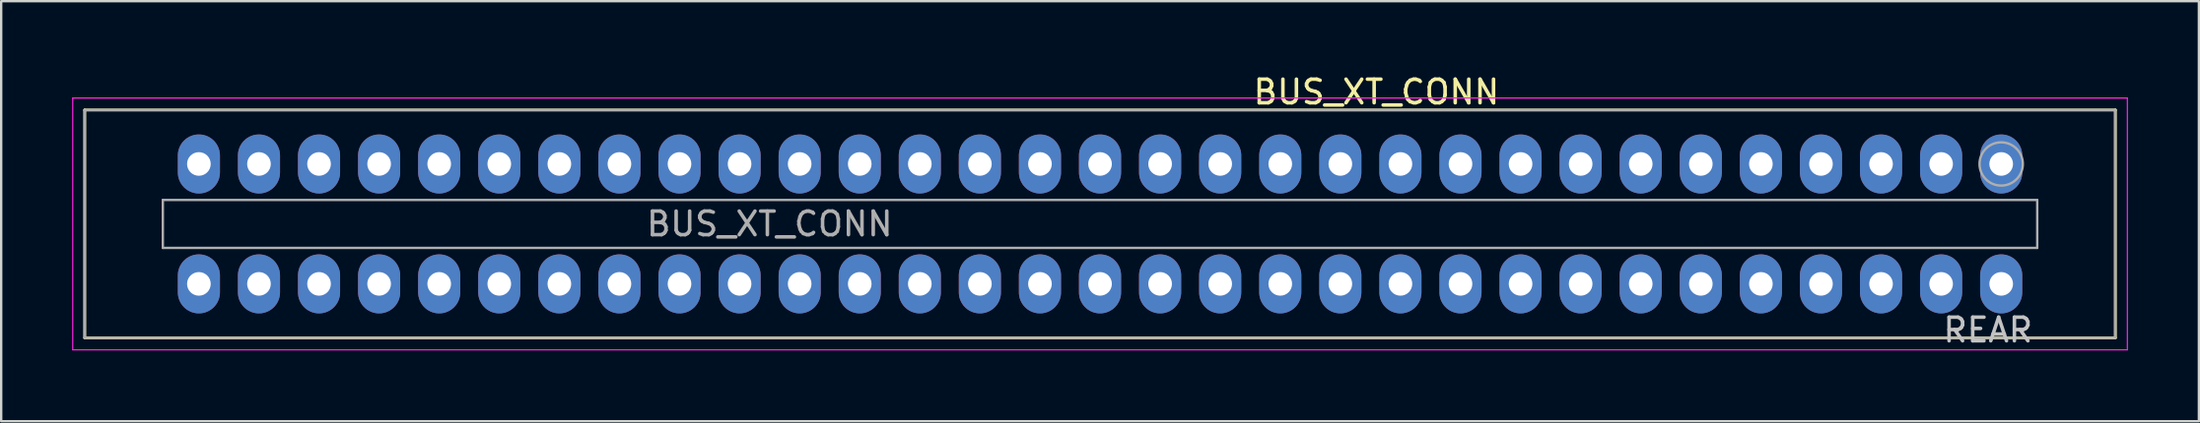
<source format=kicad_pcb>
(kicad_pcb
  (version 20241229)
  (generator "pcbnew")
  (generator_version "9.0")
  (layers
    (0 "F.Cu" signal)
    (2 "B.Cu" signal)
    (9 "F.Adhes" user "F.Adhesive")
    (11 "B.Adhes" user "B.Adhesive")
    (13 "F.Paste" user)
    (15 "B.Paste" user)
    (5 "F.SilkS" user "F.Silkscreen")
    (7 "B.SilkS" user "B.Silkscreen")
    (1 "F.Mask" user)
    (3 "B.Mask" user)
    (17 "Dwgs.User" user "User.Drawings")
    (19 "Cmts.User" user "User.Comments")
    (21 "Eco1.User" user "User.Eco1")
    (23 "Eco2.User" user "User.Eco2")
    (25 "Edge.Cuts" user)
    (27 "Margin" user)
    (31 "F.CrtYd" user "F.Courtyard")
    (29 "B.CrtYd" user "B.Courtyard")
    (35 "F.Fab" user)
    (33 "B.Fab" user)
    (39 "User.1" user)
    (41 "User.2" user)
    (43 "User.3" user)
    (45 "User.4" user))
  (footprint "BUS_XT_CONN"
    (layer "F.Cu")
    (at 81.559 6.436)
    (property "Reference" "BUS_XT_CONN" (at -26.416 -5.588 0) (layer "F.SilkS") (effects (font (size 1 1) (thickness 0.15))))
    (attr exclude_from_pos_files exclude_from_bom)
    (fp_line (start -81.026 -4.826) (end -81.026 4.826) (stroke (width 0.12) (type default)) (layer "F.SilkS"))
    (fp_line (start -81.026 -4.826) (end 4.826 -4.826) (stroke (width 0.12) (type default)) (layer "F.SilkS"))
    (fp_line (start -81.026 4.826) (end 4.826 4.826) (stroke (width 0.12) (type default)) (layer "F.SilkS"))
    (fp_line (start 4.826 -4.826) (end 4.826 4.826) (stroke (width 0.12) (type default)) (layer "F.SilkS"))
    (fp_line (start -81.534 -5.334) (end -81.534 5.334) (stroke (width 0.05) (type default)) (layer "F.CrtYd"))
    (fp_line (start -81.534 5.334) (end 5.334 5.334) (stroke (width 0.05) (type default)) (layer "F.CrtYd"))
    (fp_line (start 5.334 -5.334) (end -81.534 -5.334) (stroke (width 0.05) (type default)) (layer "F.CrtYd"))
    (fp_line (start 5.334 5.334) (end 5.334 -5.334) (stroke (width 0.05) (type default)) (layer "F.CrtYd"))
    (fp_line (start -81.026 -4.826) (end -81.026 4.826) (stroke (width 0.1) (type default)) (layer "F.Fab"))
    (fp_line (start -81.026 4.826) (end 4.826 4.826) (stroke (width 0.1) (type default)) (layer "F.Fab"))
    (fp_line (start -77.724 -1.016) (end 1.524 -1.016) (stroke (width 0.1) (type default)) (layer "F.Fab"))
    (fp_line (start -77.724 1.016) (end -77.724 -1.016) (stroke (width 0.1) (type default)) (layer "F.Fab"))
    (fp_line (start 1.524 -1.016) (end 1.524 1.016) (stroke (width 0.1) (type default)) (layer "F.Fab"))
    (fp_line (start 1.524 1.016) (end -77.724 1.016) (stroke (width 0.1) (type default)) (layer "F.Fab"))
    (fp_line (start 4.826 -4.826) (end -81.026 -4.826) (stroke (width 0.1) (type default)) (layer "F.Fab"))
    (fp_line (start 4.826 4.826) (end 4.826 -4.826) (stroke (width 0.1) (type default)) (layer "F.Fab"))
    (fp_circle (center 0 -2.54) (end 0.916 -2.54) (stroke (width 0.1) (type solid)) (fill no) (layer "F.Fab"))
    (fp_text user "REAR" (at -2.54 5.08 0) (unlocked yes) (layer "Dwgs.User") (effects (font (size 1 1) (thickness 0.15)) (justify left bottom)))
    (fp_text user "${REFERENCE}" (at -52.07 0 0) (layer "F.Fab") (effects (font (size 1 1) (thickness 0.15))))
    (pad "1" thru_hole oval (at 0 -2.54) (size 1.78 2.5) (drill 1) (layers "*.Cu" "*.Mask") (remove_unused_layers yes) (keep_end_layers yes) (zone_layer_connections))
    (pad "2" thru_hole oval (at -2.54 -2.54) (size 1.78 2.5) (drill 1) (layers "*.Cu" "*.Mask") (remove_unused_layers yes) (keep_end_layers yes) (zone_layer_connections))
    (pad "3" thru_hole oval (at -5.08 -2.54) (size 1.78 2.5) (drill 1) (layers "*.Cu" "*.Mask") (remove_unused_layers yes) (keep_end_layers yes) (zone_layer_connections))
    (pad "4" thru_hole oval (at -7.62 -2.54) (size 1.78 2.5) (drill 1) (layers "*.Cu" "*.Mask") (remove_unused_layers yes) (keep_end_layers yes) (zone_layer_connections))
    (pad "5" thru_hole oval (at -10.16 -2.54) (size 1.78 2.5) (drill 1) (layers "*.Cu" "*.Mask") (remove_unused_layers yes) (keep_end_layers yes) (zone_layer_connections))
    (pad "6" thru_hole oval (at -12.7 -2.54) (size 1.78 2.5) (drill 1) (layers "*.Cu" "*.Mask") (remove_unused_layers yes) (keep_end_layers yes) (zone_layer_connections))
    (pad "7" thru_hole oval (at -15.24 -2.54) (size 1.78 2.5) (drill 1) (layers "*.Cu" "*.Mask") (remove_unused_layers yes) (keep_end_layers yes) (zone_layer_connections))
    (pad "8" thru_hole oval (at -17.78 -2.54) (size 1.78 2.5) (drill 1) (layers "*.Cu" "*.Mask") (remove_unused_layers yes) (keep_end_layers yes) (zone_layer_connections))
    (pad "9" thru_hole oval (at -20.32 -2.54) (size 1.78 2.5) (drill 1) (layers "*.Cu" "*.Mask") (remove_unused_layers yes) (keep_end_layers yes) (zone_layer_connections))
    (pad "10" thru_hole oval (at -22.86 -2.54) (size 1.78 2.5) (drill 1) (layers "*.Cu" "*.Mask") (remove_unused_layers yes) (keep_end_layers yes) (zone_layer_connections))
    (pad "11" thru_hole oval (at -25.4 -2.54) (size 1.78 2.5) (drill 1) (layers "*.Cu" "*.Mask") (remove_unused_layers yes) (keep_end_layers yes) (zone_layer_connections))
    (pad "12" thru_hole oval (at -27.94 -2.54) (size 1.78 2.5) (drill 1) (layers "*.Cu" "*.Mask") (remove_unused_layers yes) (keep_end_layers yes) (zone_layer_connections))
    (pad "13" thru_hole oval (at -30.48 -2.54) (size 1.78 2.5) (drill 1) (layers "*.Cu" "*.Mask") (remove_unused_layers yes) (keep_end_layers yes) (zone_layer_connections))
    (pad "14" thru_hole oval (at -33.02 -2.54) (size 1.78 2.5) (drill 1) (layers "*.Cu" "*.Mask") (remove_unused_layers yes) (keep_end_layers yes) (zone_layer_connections))
    (pad "15" thru_hole oval (at -35.56 -2.54) (size 1.78 2.5) (drill 1) (layers "*.Cu" "*.Mask") (remove_unused_layers yes) (keep_end_layers yes) (zone_layer_connections))
    (pad "16" thru_hole oval (at -38.1 -2.54) (size 1.78 2.5) (drill 1) (layers "*.Cu" "*.Mask") (remove_unused_layers yes) (keep_end_layers yes) (zone_layer_connections))
    (pad "17" thru_hole oval (at -40.64 -2.54) (size 1.78 2.5) (drill 1) (layers "*.Cu" "*.Mask") (remove_unused_layers yes) (keep_end_layers yes) (zone_layer_connections))
    (pad "18" thru_hole oval (at -43.18 -2.54) (size 1.78 2.5) (drill 1) (layers "*.Cu" "*.Mask") (remove_unused_layers yes) (keep_end_layers yes) (zone_layer_connections))
    (pad "19" thru_hole oval (at -45.72 -2.54) (size 1.78 2.5) (drill 1) (layers "*.Cu" "*.Mask") (remove_unused_layers yes) (keep_end_layers yes) (zone_layer_connections))
    (pad "20" thru_hole oval (at -48.26 -2.54) (size 1.78 2.5) (drill 1) (layers "*.Cu" "*.Mask") (remove_unused_layers yes) (keep_end_layers yes) (zone_layer_connections))
    (pad "21" thru_hole oval (at -50.8 -2.54) (size 1.78 2.5) (drill 1) (layers "*.Cu" "*.Mask") (remove_unused_layers yes) (keep_end_layers yes) (zone_layer_connections))
    (pad "22" thru_hole oval (at -53.34 -2.54) (size 1.78 2.5) (drill 1) (layers "*.Cu" "*.Mask") (remove_unused_layers yes) (keep_end_layers yes) (zone_layer_connections))
    (pad "23" thru_hole oval (at -55.88 -2.54) (size 1.78 2.5) (drill 1) (layers "*.Cu" "*.Mask") (remove_unused_layers yes) (keep_end_layers yes) (zone_layer_connections))
    (pad "24" thru_hole oval (at -58.42 -2.54) (size 1.78 2.5) (drill 1) (layers "*.Cu" "*.Mask") (remove_unused_layers yes) (keep_end_layers yes) (zone_layer_connections))
    (pad "25" thru_hole oval (at -60.96 -2.54) (size 1.78 2.5) (drill 1) (layers "*.Cu" "*.Mask") (remove_unused_layers yes) (keep_end_layers yes) (zone_layer_connections))
    (pad "26" thru_hole oval (at -63.5 -2.54) (size 1.78 2.5) (drill 1) (layers "*.Cu" "*.Mask") (remove_unused_layers yes) (keep_end_layers yes) (zone_layer_connections))
    (pad "27" thru_hole oval (at -66.04 -2.54) (size 1.78 2.5) (drill 1) (layers "*.Cu" "*.Mask") (remove_unused_layers yes) (keep_end_layers yes) (zone_layer_connections))
    (pad "28" thru_hole oval (at -68.58 -2.54) (size 1.78 2.5) (drill 1) (layers "*.Cu" "*.Mask") (remove_unused_layers yes) (keep_end_layers yes) (zone_layer_connections))
    (pad "29" thru_hole oval (at -71.12 -2.54) (size 1.78 2.5) (drill 1) (layers "*.Cu" "*.Mask") (remove_unused_layers yes) (keep_end_layers yes) (zone_layer_connections))
    (pad "30" thru_hole oval (at -73.66 -2.54) (size 1.78 2.5) (drill 1) (layers "*.Cu" "*.Mask") (remove_unused_layers yes) (keep_end_layers yes) (zone_layer_connections))
    (pad "31" thru_hole oval (at -76.2 -2.54) (size 1.78 2.5) (drill 1) (layers "*.Cu" "*.Mask") (remove_unused_layers yes) (keep_end_layers yes) (zone_layer_connections))
    (pad "32" thru_hole oval (at 0 2.54) (size 1.78 2.5) (drill 1) (layers "*.Cu" "*.Mask") (remove_unused_layers yes) (keep_end_layers yes) (zone_layer_connections))
    (pad "33" thru_hole oval (at -2.54 2.54) (size 1.78 2.5) (drill 1) (layers "*.Cu" "*.Mask") (remove_unused_layers yes) (keep_end_layers yes) (zone_layer_connections))
    (pad "34" thru_hole oval (at -5.08 2.54) (size 1.78 2.5) (drill 1) (layers "*.Cu" "*.Mask") (remove_unused_layers yes) (keep_end_layers yes) (zone_layer_connections))
    (pad "35" thru_hole oval (at -7.62 2.54) (size 1.78 2.5) (drill 1) (layers "*.Cu" "*.Mask") (remove_unused_layers yes) (keep_end_layers yes) (zone_layer_connections))
    (pad "36" thru_hole oval (at -10.16 2.54) (size 1.78 2.5) (drill 1) (layers "*.Cu" "*.Mask") (remove_unused_layers yes) (keep_end_layers yes) (zone_layer_connections))
    (pad "37" thru_hole oval (at -12.7 2.54) (size 1.78 2.5) (drill 1) (layers "*.Cu" "*.Mask") (remove_unused_layers yes) (keep_end_layers yes) (zone_layer_connections))
    (pad "38" thru_hole oval (at -15.24 2.54) (size 1.78 2.5) (drill 1) (layers "*.Cu" "*.Mask") (remove_unused_layers yes) (keep_end_layers yes) (zone_layer_connections))
    (pad "39" thru_hole oval (at -17.78 2.54) (size 1.78 2.5) (drill 1) (layers "*.Cu" "*.Mask") (remove_unused_layers yes) (keep_end_layers yes) (zone_layer_connections))
    (pad "40" thru_hole oval (at -20.32 2.54) (size 1.78 2.5) (drill 1) (layers "*.Cu" "*.Mask") (remove_unused_layers yes) (keep_end_layers yes) (zone_layer_connections))
    (pad "41" thru_hole oval (at -22.86 2.54) (size 1.78 2.5) (drill 1) (layers "*.Cu" "*.Mask") (remove_unused_layers yes) (keep_end_layers yes) (zone_layer_connections))
    (pad "42" thru_hole oval (at -25.4 2.54) (size 1.78 2.5) (drill 1) (layers "*.Cu" "*.Mask") (remove_unused_layers yes) (keep_end_layers yes) (zone_layer_connections))
    (pad "43" thru_hole oval (at -27.94 2.54) (size 1.78 2.5) (drill 1) (layers "*.Cu" "*.Mask") (remove_unused_layers yes) (keep_end_layers yes) (zone_layer_connections))
    (pad "44" thru_hole oval (at -30.48 2.54) (size 1.78 2.5) (drill 1) (layers "*.Cu" "*.Mask") (remove_unused_layers yes) (keep_end_layers yes) (zone_layer_connections))
    (pad "45" thru_hole oval (at -33.02 2.54) (size 1.78 2.5) (drill 1) (layers "*.Cu" "*.Mask") (remove_unused_layers yes) (keep_end_layers yes) (zone_layer_connections))
    (pad "46" thru_hole oval (at -35.56 2.54) (size 1.78 2.5) (drill 1) (layers "*.Cu" "*.Mask") (remove_unused_layers yes) (keep_end_layers yes) (zone_layer_connections))
    (pad "47" thru_hole oval (at -38.1 2.54) (size 1.78 2.5) (drill 1) (layers "*.Cu" "*.Mask") (remove_unused_layers yes) (keep_end_layers yes) (zone_layer_connections))
    (pad "48" thru_hole oval (at -40.64 2.54) (size 1.78 2.5) (drill 1) (layers "*.Cu" "*.Mask") (remove_unused_layers yes) (keep_end_layers yes) (zone_layer_connections))
    (pad "49" thru_hole oval (at -43.18 2.54) (size 1.78 2.5) (drill 1) (layers "*.Cu" "*.Mask") (remove_unused_layers yes) (keep_end_layers yes) (zone_layer_connections))
    (pad "50" thru_hole oval (at -45.72 2.54) (size 1.78 2.5) (drill 1) (layers "*.Cu" "*.Mask") (remove_unused_layers yes) (keep_end_layers yes) (zone_layer_connections))
    (pad "51" thru_hole oval (at -48.26 2.54) (size 1.78 2.5) (drill 1) (layers "*.Cu" "*.Mask") (remove_unused_layers yes) (keep_end_layers yes) (zone_layer_connections))
    (pad "52" thru_hole oval (at -50.8 2.54) (size 1.78 2.5) (drill 1) (layers "*.Cu" "*.Mask") (remove_unused_layers yes) (keep_end_layers yes) (zone_layer_connections))
    (pad "53" thru_hole oval (at -53.34 2.54) (size 1.78 2.5) (drill 1) (layers "*.Cu" "*.Mask") (remove_unused_layers yes) (keep_end_layers yes) (zone_layer_connections))
    (pad "54" thru_hole oval (at -55.88 2.54) (size 1.78 2.5) (drill 1) (layers "*.Cu" "*.Mask") (remove_unused_layers yes) (keep_end_layers yes) (zone_layer_connections))
    (pad "55" thru_hole oval (at -58.42 2.54) (size 1.78 2.5) (drill 1) (layers "*.Cu" "*.Mask") (remove_unused_layers yes) (keep_end_layers yes) (zone_layer_connections))
    (pad "56" thru_hole oval (at -60.96 2.54) (size 1.78 2.5) (drill 1) (layers "*.Cu" "*.Mask") (remove_unused_layers yes) (keep_end_layers yes) (zone_layer_connections))
    (pad "57" thru_hole oval (at -63.5 2.54) (size 1.78 2.5) (drill 1) (layers "*.Cu" "*.Mask") (remove_unused_layers yes) (keep_end_layers yes) (zone_layer_connections))
    (pad "58" thru_hole oval (at -66.04 2.54) (size 1.78 2.5) (drill 1) (layers "*.Cu" "*.Mask") (remove_unused_layers yes) (keep_end_layers yes) (zone_layer_connections))
    (pad "59" thru_hole oval (at -68.58 2.54) (size 1.78 2.5) (drill 1) (layers "*.Cu" "*.Mask") (remove_unused_layers yes) (keep_end_layers yes) (zone_layer_connections))
    (pad "60" thru_hole oval (at -71.12 2.54) (size 1.78 2.5) (drill 1) (layers "*.Cu" "*.Mask") (remove_unused_layers yes) (keep_end_layers yes) (zone_layer_connections))
    (pad "61" thru_hole oval (at -73.66 2.54) (size 1.78 2.5) (drill 1) (layers "*.Cu" "*.Mask") (remove_unused_layers yes) (keep_end_layers yes) (zone_layer_connections))
    (pad "62" thru_hole oval (at -76.2 2.54) (size 1.78 2.5) (drill 1) (layers "*.Cu" "*.Mask") (remove_unused_layers yes) (keep_end_layers yes) (zone_layer_connections)))
  (gr_rect
    (start -3 -3)
    (end 89.918 14.795)
    (stroke (width 0.1) (type default))
    (fill no)
    (layer "Edge.Cuts")))
</source>
